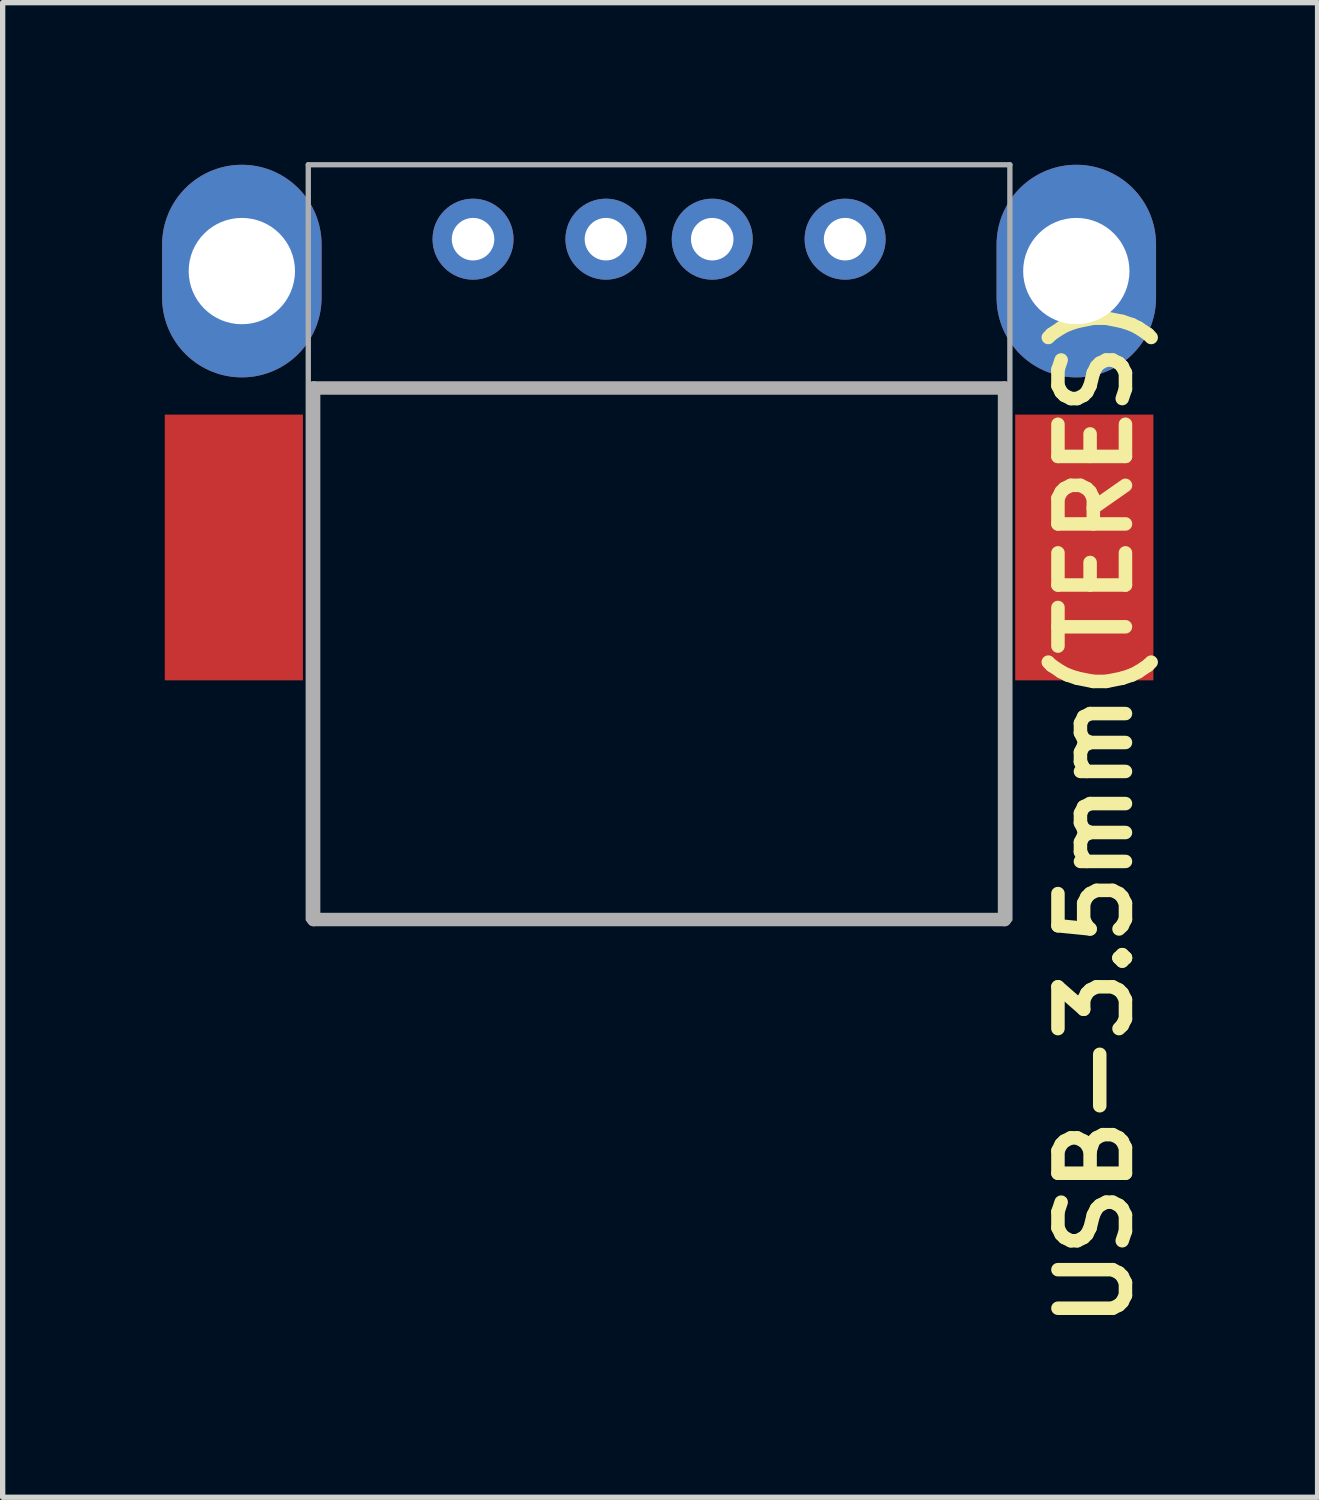
<source format=kicad_pcb>
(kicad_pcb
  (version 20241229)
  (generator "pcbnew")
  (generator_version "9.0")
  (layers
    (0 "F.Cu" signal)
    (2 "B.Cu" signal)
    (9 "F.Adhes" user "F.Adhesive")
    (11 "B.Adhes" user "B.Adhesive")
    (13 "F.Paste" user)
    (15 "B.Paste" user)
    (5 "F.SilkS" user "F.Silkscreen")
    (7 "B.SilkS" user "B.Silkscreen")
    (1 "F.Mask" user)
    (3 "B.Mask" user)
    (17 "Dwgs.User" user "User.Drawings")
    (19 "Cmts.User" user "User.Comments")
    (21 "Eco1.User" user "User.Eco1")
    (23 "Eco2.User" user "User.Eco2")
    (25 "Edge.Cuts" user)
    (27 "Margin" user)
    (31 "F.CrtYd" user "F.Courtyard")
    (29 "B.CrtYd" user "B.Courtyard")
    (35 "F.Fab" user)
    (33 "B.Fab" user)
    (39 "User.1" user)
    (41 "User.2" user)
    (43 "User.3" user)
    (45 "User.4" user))
  (footprint "USB-3.5mm(TERES)"
    (layer "F.Cu")
    (at 9.35 14.25)
    (property "Reference" "USB-3.5mm(TERES)" (at 8.2 -2 270) (layer "F.SilkS") (effects (font (size 1.27 1.27) (thickness 0.254))))
    (attr through_hole)
    (fp_line (start -6.6 -14.2) (end 6.6 -14.2) (stroke (width 0.1) (type solid)) (layer "F.Fab"))
    (fp_line (start -6.6 0) (end -6.6 -14.2) (stroke (width 0.1) (type solid)) (layer "F.Fab"))
    (fp_line (start -6.5 -10) (end 6.5 -10) (stroke (width 0.254) (type solid)) (layer "F.Fab"))
    (fp_line (start -6.5 0) (end -6.5 -10) (stroke (width 0.254) (type solid)) (layer "F.Fab"))
    (fp_line (start 6.5 -10) (end 6.5 0) (stroke (width 0.254) (type solid)) (layer "F.Fab"))
    (fp_line (start 6.5 0) (end -6.5 0) (stroke (width 0.254) (type solid)) (layer "F.Fab"))
    (fp_line (start 6.6 -14.2) (end 6.6 0) (stroke (width 0.1) (type solid)) (layer "F.Fab"))
    (pad "0" smd rect (at -8 -7.4) (size 2.4 2.4) (layers "F.Cu" "F.Mask" "F.Paste"))
    (pad "0" smd rect (at -8 -7) (size 2.6 5) (layers "F.Cu"))
    (pad "0" thru_hole oval (at -7.85 -12.2) (size 3 4) (drill 2) (layers "*.Cu" "*.Mask"))
    (pad "0" thru_hole oval (at 7.85 -12.2) (size 3 4) (drill 2) (layers "*.Cu" "*.Mask"))
    (pad "0" smd rect (at 8 -7.4) (size 2.4 2.4) (layers "F.Cu" "F.Mask" "F.Paste"))
    (pad "0" smd rect (at 8 -7) (size 2.6 5) (layers "F.Cu"))
    (pad "1" thru_hole circle (at -3.5 -12.8) (size 1.524 1.524) (drill 0.8) (layers "*.Cu" "*.Mask"))
    (pad "2" thru_hole circle (at -1 -12.8) (size 1.524 1.524) (drill 0.8) (layers "*.Cu" "*.Mask"))
    (pad "3" thru_hole circle (at 1 -12.8) (size 1.524 1.524) (drill 0.8) (layers "*.Cu" "*.Mask"))
    (pad "4" thru_hole circle (at 3.5 -12.8) (size 1.524 1.524) (drill 0.8) (layers "*.Cu" "*.Mask")))
  (gr_rect
    (start -3 -3)
    (end 21.739 25.12)
    (stroke (width 0.1) (type default))
    (fill no)
    (layer "Edge.Cuts")))
</source>
